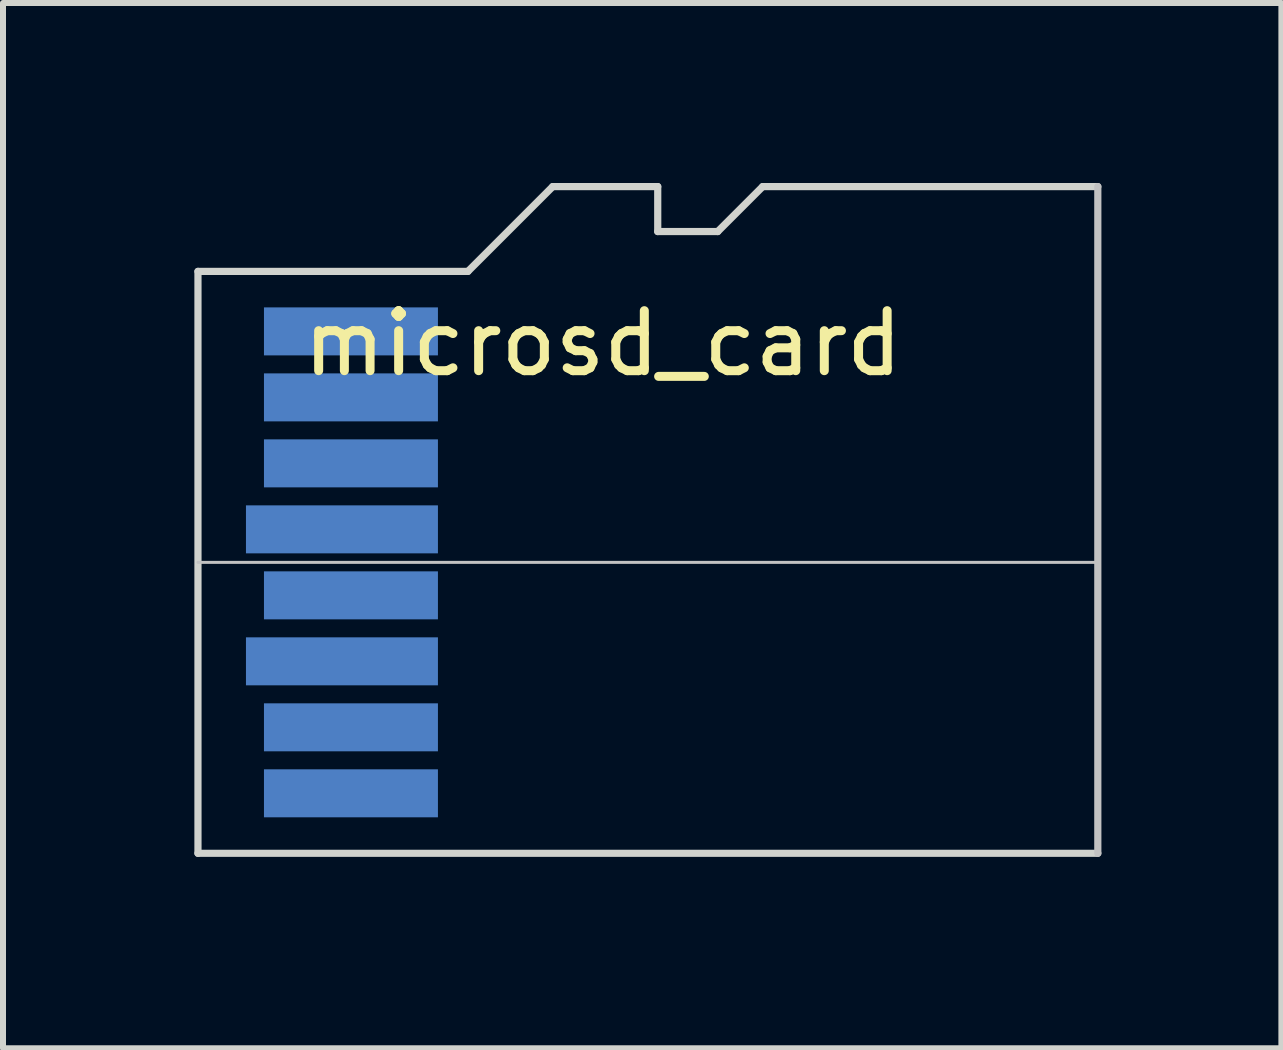
<source format=kicad_pcb>
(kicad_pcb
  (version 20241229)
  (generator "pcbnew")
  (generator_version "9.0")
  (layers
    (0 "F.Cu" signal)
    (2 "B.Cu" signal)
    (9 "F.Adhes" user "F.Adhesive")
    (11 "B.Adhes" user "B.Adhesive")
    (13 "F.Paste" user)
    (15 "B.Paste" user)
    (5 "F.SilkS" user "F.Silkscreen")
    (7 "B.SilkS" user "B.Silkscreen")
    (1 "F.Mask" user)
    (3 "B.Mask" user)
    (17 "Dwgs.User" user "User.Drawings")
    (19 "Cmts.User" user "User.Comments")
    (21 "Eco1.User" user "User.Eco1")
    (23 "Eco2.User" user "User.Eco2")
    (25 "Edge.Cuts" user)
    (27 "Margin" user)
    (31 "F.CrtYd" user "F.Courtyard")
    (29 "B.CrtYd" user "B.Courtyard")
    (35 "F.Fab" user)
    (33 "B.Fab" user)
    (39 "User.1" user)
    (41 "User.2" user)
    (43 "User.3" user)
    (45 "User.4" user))
  (footprint "microsd_card"
    (layer "F.Cu")
    (at 0.25 11.174)
    (property "Reference" "microsd_card" (at 6.75 -8.5 0) (layer "F.SilkS") (effects (font (size 1 1) (thickness 0.15))))
    (attr through_hole)
    (fp_line (start 0 -4.85) (end 15 -4.85) (stroke (width 0.05) (type solid)) (layer "Dwgs.User"))
    (fp_line (start 15 -11.114) (end 15 0) (stroke (width 0.12) (type solid)) (layer "Dwgs.User"))
    (fp_line (start 0 -9.7) (end 4.5 -9.7) (stroke (width 0.12) (type solid)) (layer "Edge.Cuts"))
    (fp_line (start 0 0) (end 0 -9.7) (stroke (width 0.12) (type solid)) (layer "Edge.Cuts"))
    (fp_line (start 0 0) (end 15 0) (stroke (width 0.12) (type solid)) (layer "Edge.Cuts"))
    (fp_line (start 4.5 -9.7) (end 5.914 -11.114) (stroke (width 0.12) (type solid)) (layer "Edge.Cuts"))
    (fp_line (start 5.914 -11.114) (end 7.664 -11.114) (stroke (width 0.12) (type solid)) (layer "Edge.Cuts"))
    (fp_line (start 7.664 -11.114) (end 7.664 -10.364) (stroke (width 0.12) (type solid)) (layer "Edge.Cuts"))
    (fp_line (start 7.664 -10.364) (end 8.664 -10.364) (stroke (width 0.12) (type solid)) (layer "Edge.Cuts"))
    (fp_line (start 8.664 -10.364) (end 9.414 -11.114) (stroke (width 0.12) (type solid)) (layer "Edge.Cuts"))
    (fp_line (start 9.414 -11.114) (end 15 -11.114) (stroke (width 0.12) (type solid)) (layer "Edge.Cuts"))
    (pad "1" smd rect (at 2.55 -8.7) (size 2.9 0.8) (layers "B.Cu" "B.Mask" "B.Paste"))
    (pad "2" smd rect (at 2.55 -7.6) (size 2.9 0.8) (layers "B.Cu" "B.Mask" "B.Paste"))
    (pad "3" smd rect (at 2.55 -6.5) (size 2.9 0.8) (layers "B.Cu" "B.Mask" "B.Paste"))
    (pad "4" smd rect (at 2.4 -5.4) (size 3.2 0.8) (layers "B.Cu" "B.Mask" "B.Paste"))
    (pad "5" smd rect (at 2.55 -4.3) (size 2.9 0.8) (layers "B.Cu" "B.Mask" "B.Paste"))
    (pad "6" smd rect (at 2.4 -3.2) (size 3.2 0.8) (layers "B.Cu" "B.Mask" "B.Paste"))
    (pad "7" smd rect (at 2.55 -2.1) (size 2.9 0.8) (layers "B.Cu" "B.Mask" "B.Paste"))
    (pad "8" smd rect (at 2.55 -1) (size 2.9 0.8) (layers "B.Cu" "B.Mask" "B.Paste")))
  (gr_rect
    (start -3 -3)
    (end 18.31 14.424)
    (stroke (width 0.1) (type default))
    (fill no)
    (layer "Edge.Cuts")))
</source>
